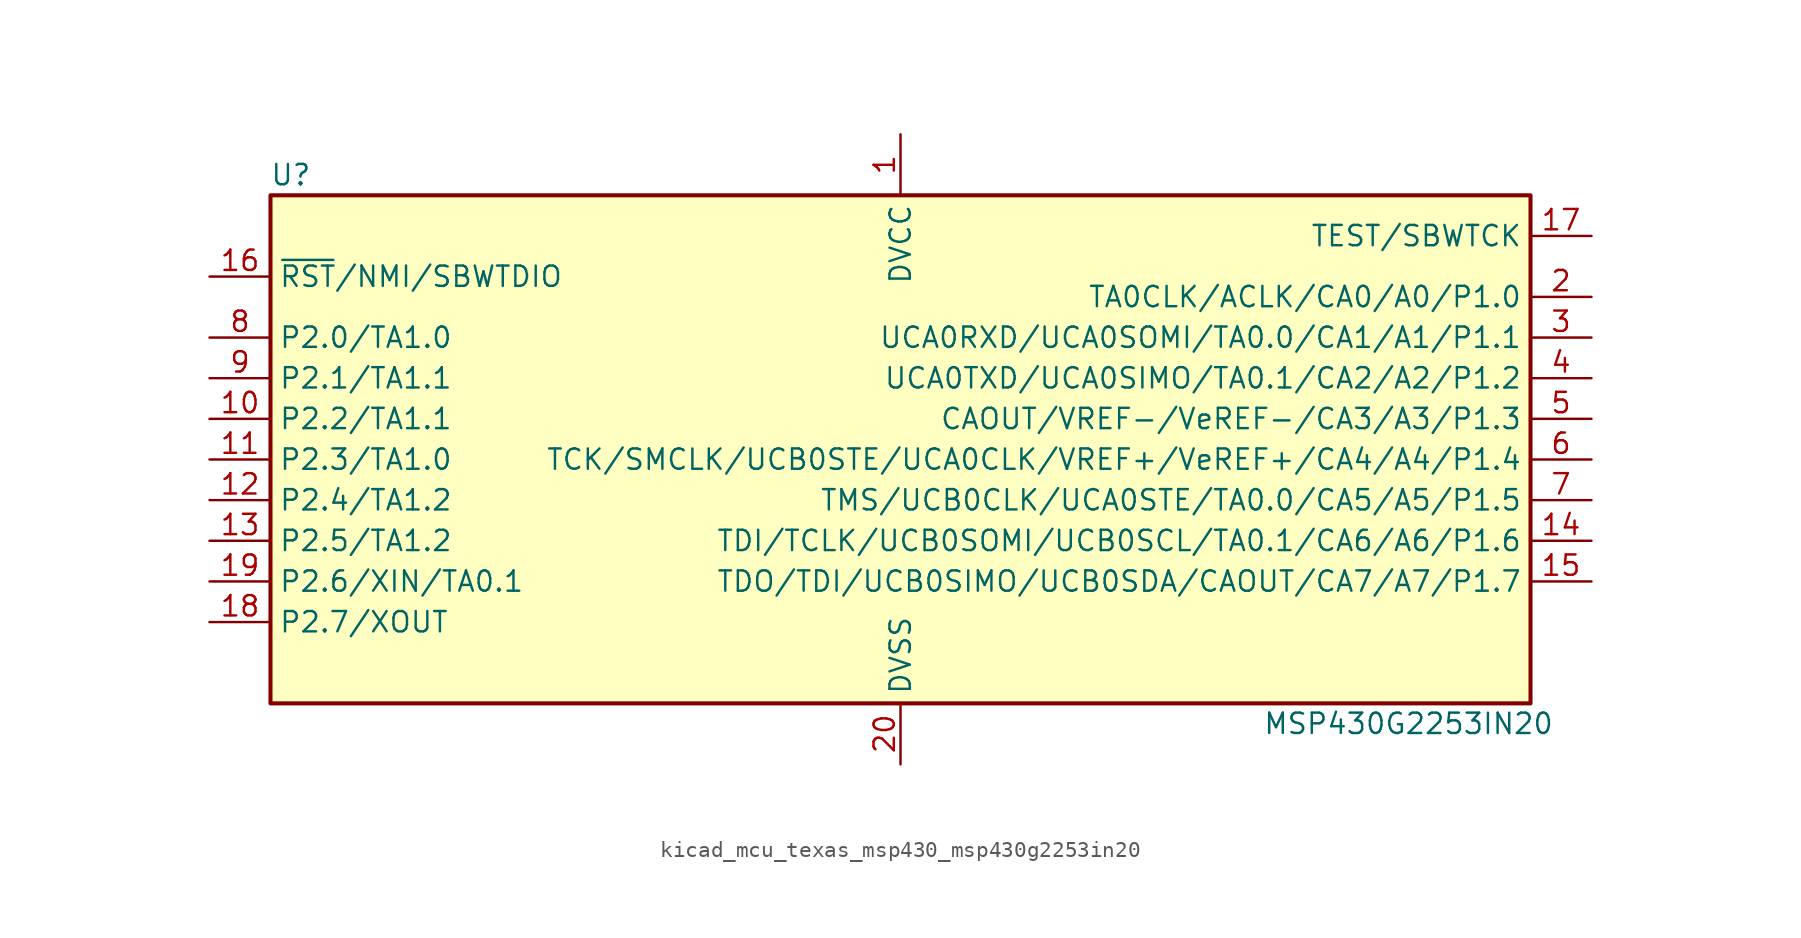
<source format=kicad_sym>
(kicad_symbol_lib
  (version 20220914)
  (generator kicad_symbol_editor)
  (symbol "kicad_mcu_texas_msp430_msp430g2253in20"
    (property "Reference" "U"
      (at -38.1 17.78 0)
      (effects (font (size 1.27 1.27))))
    (property "Value" "MSP430G2253IN20"
      (at 31.75 -16.51 0)
      (effects (font (size 1.27 1.27))))
    (symbol "kicad_mcu_texas_msp430_msp430g2253in20_0_1"
      (rectangle (start -39.37 16.51) (end 39.37 -15.24) (stroke (width 0.254) (type default)) (fill (type background))))
    (symbol "kicad_mcu_texas_msp430_msp430g2253in20_1_1"
      (pin power_in line (at 0 20.32 270) (length 3.81) (name "DVCC" (effects (font (size 1.27 1.27)))) (number "1" (effects (font (size 1.27 1.27)))))
      (pin bidirectional line (at -43.18 2.54 0) (length 3.81) (name "P2.2/TA1.1" (effects (font (size 1.27 1.27)))) (number "10" (effects (font (size 1.27 1.27)))))
      (pin bidirectional line (at -43.18 0 0) (length 3.81) (name "P2.3/TA1.0" (effects (font (size 1.27 1.27)))) (number "11" (effects (font (size 1.27 1.27)))))
      (pin bidirectional line (at -43.18 -2.54 0) (length 3.81) (name "P2.4/TA1.2" (effects (font (size 1.27 1.27)))) (number "12" (effects (font (size 1.27 1.27)))))
      (pin bidirectional line (at -43.18 -5.08 0) (length 3.81) (name "P2.5/TA1.2" (effects (font (size 1.27 1.27)))) (number "13" (effects (font (size 1.27 1.27)))))
      (pin bidirectional line (at 43.18 -5.08 180) (length 3.81) (name "TDI/TCLK/UCB0SOMI/UCB0SCL/TA0.1/CA6/A6/P1.6" (effects (font (size 1.27 1.27)))) (number "14" (effects (font (size 1.27 1.27)))))
      (pin bidirectional line (at 43.18 -7.62 180) (length 3.81) (name "TDO/TDI/UCB0SIMO/UCB0SDA/CAOUT/CA7/A7/P1.7" (effects (font (size 1.27 1.27)))) (number "15" (effects (font (size 1.27 1.27)))))
      (pin input line (at -43.18 11.43 0) (length 3.81) (name "~{RST}/NMI/SBWTDIO" (effects (font (size 1.27 1.27)))) (number "16" (effects (font (size 1.27 1.27)))))
      (pin input line (at 43.18 13.97 180) (length 3.81) (name "TEST/SBWTCK" (effects (font (size 1.27 1.27)))) (number "17" (effects (font (size 1.27 1.27)))))
      (pin bidirectional line (at -43.18 -10.16 0) (length 3.81) (name "P2.7/XOUT" (effects (font (size 1.27 1.27)))) (number "18" (effects (font (size 1.27 1.27)))))
      (pin bidirectional line (at -43.18 -7.62 0) (length 3.81) (name "P2.6/XIN/TA0.1" (effects (font (size 1.27 1.27)))) (number "19" (effects (font (size 1.27 1.27)))))
      (pin bidirectional line (at 43.18 10.16 180) (length 3.81) (name "TA0CLK/ACLK/CA0/A0/P1.0" (effects (font (size 1.27 1.27)))) (number "2" (effects (font (size 1.27 1.27)))))
      (pin power_in line (at 0 -19.05 90) (length 3.81) (name "DVSS" (effects (font (size 1.27 1.27)))) (number "20" (effects (font (size 1.27 1.27)))))
      (pin bidirectional line (at 43.18 7.62 180) (length 3.81) (name "UCA0RXD/UCA0SOMI/TA0.0/CA1/A1/P1.1" (effects (font (size 1.27 1.27)))) (number "3" (effects (font (size 1.27 1.27)))))
      (pin bidirectional line (at 43.18 5.08 180) (length 3.81) (name "UCA0TXD/UCA0SIMO/TA0.1/CA2/A2/P1.2" (effects (font (size 1.27 1.27)))) (number "4" (effects (font (size 1.27 1.27)))))
      (pin bidirectional line (at 43.18 2.54 180) (length 3.81) (name "CAOUT/VREF-/VeREF-/CA3/A3/P1.3" (effects (font (size 1.27 1.27)))) (number "5" (effects (font (size 1.27 1.27)))))
      (pin bidirectional line (at 43.18 0 180) (length 3.81) (name "TCK/SMCLK/UCB0STE/UCA0CLK/VREF+/VeREF+/CA4/A4/P1.4" (effects (font (size 1.27 1.27)))) (number "6" (effects (font (size 1.27 1.27)))))
      (pin bidirectional line (at 43.18 -2.54 180) (length 3.81) (name "TMS/UCB0CLK/UCA0STE/TA0.0/CA5/A5/P1.5" (effects (font (size 1.27 1.27)))) (number "7" (effects (font (size 1.27 1.27)))))
      (pin bidirectional line (at -43.18 7.62 0) (length 3.81) (name "P2.0/TA1.0" (effects (font (size 1.27 1.27)))) (number "8" (effects (font (size 1.27 1.27)))))
      (pin bidirectional line (at -43.18 5.08 0) (length 3.81) (name "P2.1/TA1.1" (effects (font (size 1.27 1.27)))) (number "9" (effects (font (size 1.27 1.27))))))))
</source>
